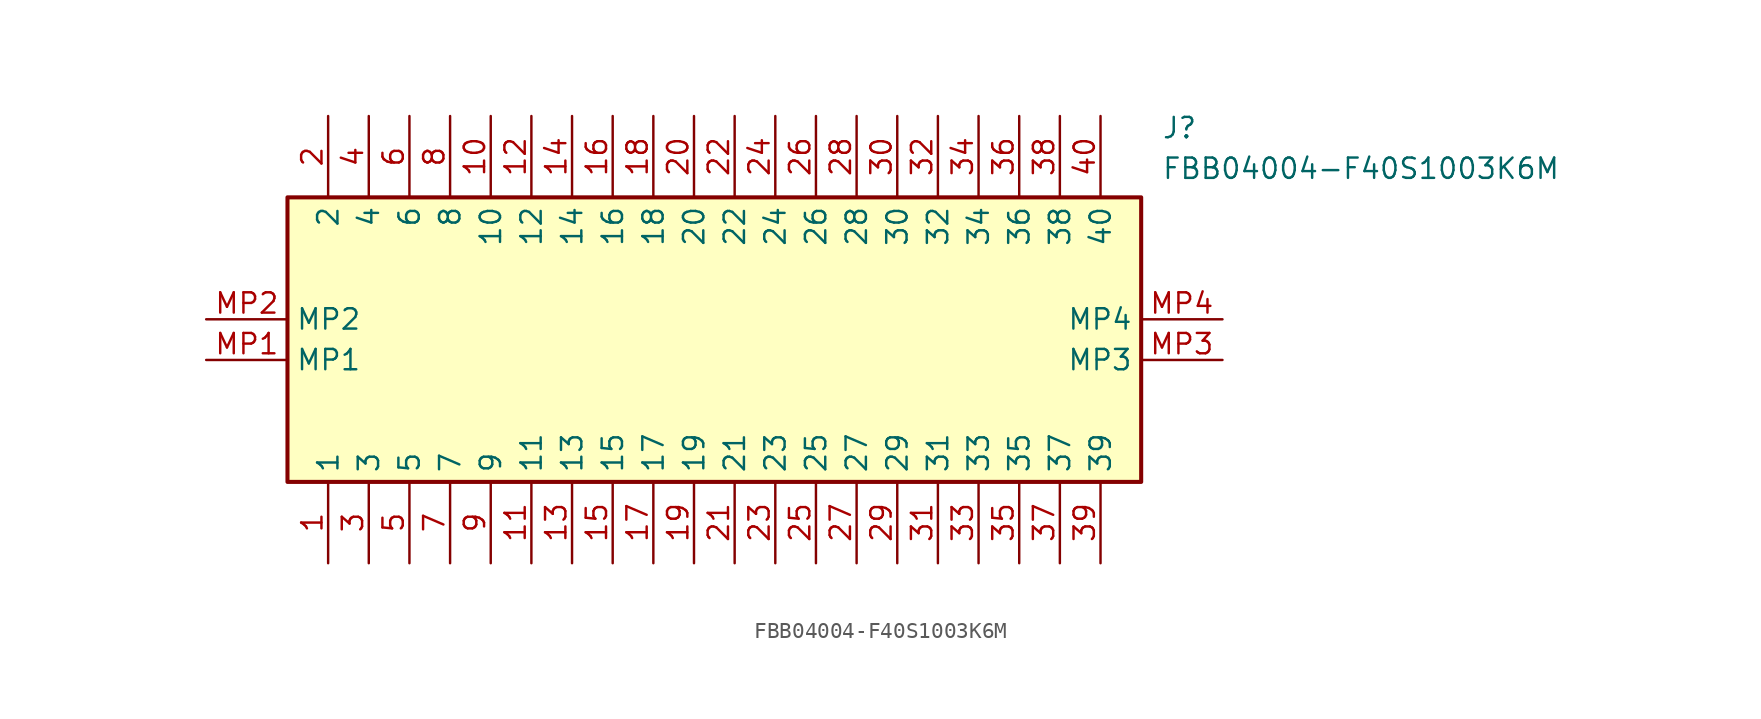
<source format=kicad_sym>
(kicad_symbol_lib
  (version 20211014)
  (generator SamacSys_ECAD_Model)
  (symbol "FBB04004-F40S1003K6M"
    (property "Reference" "J"
      (at 59.69 12.7 0)
      (effects (font (size 1.27 1.27)) (justify left top)))
    (property "Value" "FBB04004-F40S1003K6M"
      (at 59.69 10.16 0)
      (effects (font (size 1.27 1.27)) (justify left top)))
    (rectangle
      (start 5.08 7.62)
      (end 58.42 -10.16)
      (stroke (width 0.254) (type default))
      (fill (type background)))
    (pin passive line
      (at 7.62 -15.24 90)
      (length 5.08)
      (name "1" (effects (font (size 1.27 1.27))))
      (number "1" (effects (font (size 1.27 1.27)))))
    (pin passive line
      (at 7.62 12.7 270)
      (length 5.08)
      (name "2" (effects (font (size 1.27 1.27))))
      (number "2" (effects (font (size 1.27 1.27)))))
    (pin passive line
      (at 10.16 -15.24 90)
      (length 5.08)
      (name "3" (effects (font (size 1.27 1.27))))
      (number "3" (effects (font (size 1.27 1.27)))))
    (pin passive line
      (at 10.16 12.7 270)
      (length 5.08)
      (name "4" (effects (font (size 1.27 1.27))))
      (number "4" (effects (font (size 1.27 1.27)))))
    (pin passive line
      (at 12.7 -15.24 90)
      (length 5.08)
      (name "5" (effects (font (size 1.27 1.27))))
      (number "5" (effects (font (size 1.27 1.27)))))
    (pin passive line
      (at 12.7 12.7 270)
      (length 5.08)
      (name "6" (effects (font (size 1.27 1.27))))
      (number "6" (effects (font (size 1.27 1.27)))))
    (pin passive line
      (at 15.24 -15.24 90)
      (length 5.08)
      (name "7" (effects (font (size 1.27 1.27))))
      (number "7" (effects (font (size 1.27 1.27)))))
    (pin passive line
      (at 15.24 12.7 270)
      (length 5.08)
      (name "8" (effects (font (size 1.27 1.27))))
      (number "8" (effects (font (size 1.27 1.27)))))
    (pin passive line
      (at 17.78 -15.24 90)
      (length 5.08)
      (name "9" (effects (font (size 1.27 1.27))))
      (number "9" (effects (font (size 1.27 1.27)))))
    (pin passive line
      (at 17.78 12.7 270)
      (length 5.08)
      (name "10" (effects (font (size 1.27 1.27))))
      (number "10" (effects (font (size 1.27 1.27)))))
    (pin passive line
      (at 20.32 -15.24 90)
      (length 5.08)
      (name "11" (effects (font (size 1.27 1.27))))
      (number "11" (effects (font (size 1.27 1.27)))))
    (pin passive line
      (at 20.32 12.7 270)
      (length 5.08)
      (name "12" (effects (font (size 1.27 1.27))))
      (number "12" (effects (font (size 1.27 1.27)))))
    (pin passive line
      (at 22.86 -15.24 90)
      (length 5.08)
      (name "13" (effects (font (size 1.27 1.27))))
      (number "13" (effects (font (size 1.27 1.27)))))
    (pin passive line
      (at 22.86 12.7 270)
      (length 5.08)
      (name "14" (effects (font (size 1.27 1.27))))
      (number "14" (effects (font (size 1.27 1.27)))))
    (pin passive line
      (at 25.4 -15.24 90)
      (length 5.08)
      (name "15" (effects (font (size 1.27 1.27))))
      (number "15" (effects (font (size 1.27 1.27)))))
    (pin passive line
      (at 25.4 12.7 270)
      (length 5.08)
      (name "16" (effects (font (size 1.27 1.27))))
      (number "16" (effects (font (size 1.27 1.27)))))
    (pin passive line
      (at 27.94 -15.24 90)
      (length 5.08)
      (name "17" (effects (font (size 1.27 1.27))))
      (number "17" (effects (font (size 1.27 1.27)))))
    (pin passive line
      (at 27.94 12.7 270)
      (length 5.08)
      (name "18" (effects (font (size 1.27 1.27))))
      (number "18" (effects (font (size 1.27 1.27)))))
    (pin passive line
      (at 30.48 -15.24 90)
      (length 5.08)
      (name "19" (effects (font (size 1.27 1.27))))
      (number "19" (effects (font (size 1.27 1.27)))))
    (pin passive line
      (at 30.48 12.7 270)
      (length 5.08)
      (name "20" (effects (font (size 1.27 1.27))))
      (number "20" (effects (font (size 1.27 1.27)))))
    (pin passive line
      (at 33.02 -15.24 90)
      (length 5.08)
      (name "21" (effects (font (size 1.27 1.27))))
      (number "21" (effects (font (size 1.27 1.27)))))
    (pin passive line
      (at 33.02 12.7 270)
      (length 5.08)
      (name "22" (effects (font (size 1.27 1.27))))
      (number "22" (effects (font (size 1.27 1.27)))))
    (pin passive line
      (at 35.56 -15.24 90)
      (length 5.08)
      (name "23" (effects (font (size 1.27 1.27))))
      (number "23" (effects (font (size 1.27 1.27)))))
    (pin passive line
      (at 35.56 12.7 270)
      (length 5.08)
      (name "24" (effects (font (size 1.27 1.27))))
      (number "24" (effects (font (size 1.27 1.27)))))
    (pin passive line
      (at 38.1 -15.24 90)
      (length 5.08)
      (name "25" (effects (font (size 1.27 1.27))))
      (number "25" (effects (font (size 1.27 1.27)))))
    (pin passive line
      (at 38.1 12.7 270)
      (length 5.08)
      (name "26" (effects (font (size 1.27 1.27))))
      (number "26" (effects (font (size 1.27 1.27)))))
    (pin passive line
      (at 40.64 -15.24 90)
      (length 5.08)
      (name "27" (effects (font (size 1.27 1.27))))
      (number "27" (effects (font (size 1.27 1.27)))))
    (pin passive line
      (at 40.64 12.7 270)
      (length 5.08)
      (name "28" (effects (font (size 1.27 1.27))))
      (number "28" (effects (font (size 1.27 1.27)))))
    (pin passive line
      (at 43.18 -15.24 90)
      (length 5.08)
      (name "29" (effects (font (size 1.27 1.27))))
      (number "29" (effects (font (size 1.27 1.27)))))
    (pin passive line
      (at 43.18 12.7 270)
      (length 5.08)
      (name "30" (effects (font (size 1.27 1.27))))
      (number "30" (effects (font (size 1.27 1.27)))))
    (pin passive line
      (at 45.72 -15.24 90)
      (length 5.08)
      (name "31" (effects (font (size 1.27 1.27))))
      (number "31" (effects (font (size 1.27 1.27)))))
    (pin passive line
      (at 45.72 12.7 270)
      (length 5.08)
      (name "32" (effects (font (size 1.27 1.27))))
      (number "32" (effects (font (size 1.27 1.27)))))
    (pin passive line
      (at 48.26 -15.24 90)
      (length 5.08)
      (name "33" (effects (font (size 1.27 1.27))))
      (number "33" (effects (font (size 1.27 1.27)))))
    (pin passive line
      (at 48.26 12.7 270)
      (length 5.08)
      (name "34" (effects (font (size 1.27 1.27))))
      (number "34" (effects (font (size 1.27 1.27)))))
    (pin passive line
      (at 50.8 -15.24 90)
      (length 5.08)
      (name "35" (effects (font (size 1.27 1.27))))
      (number "35" (effects (font (size 1.27 1.27)))))
    (pin passive line
      (at 50.8 12.7 270)
      (length 5.08)
      (name "36" (effects (font (size 1.27 1.27))))
      (number "36" (effects (font (size 1.27 1.27)))))
    (pin passive line
      (at 53.34 -15.24 90)
      (length 5.08)
      (name "37" (effects (font (size 1.27 1.27))))
      (number "37" (effects (font (size 1.27 1.27)))))
    (pin passive line
      (at 53.34 12.7 270)
      (length 5.08)
      (name "38" (effects (font (size 1.27 1.27))))
      (number "38" (effects (font (size 1.27 1.27)))))
    (pin passive line
      (at 55.88 -15.24 90)
      (length 5.08)
      (name "39" (effects (font (size 1.27 1.27))))
      (number "39" (effects (font (size 1.27 1.27)))))
    (pin passive line
      (at 55.88 12.7 270)
      (length 5.08)
      (name "40" (effects (font (size 1.27 1.27))))
      (number "40" (effects (font (size 1.27 1.27)))))
    (pin passive line
      (at 0 -2.54 0)
      (length 5.08)
      (name "MP1" (effects (font (size 1.27 1.27))))
      (number "MP1" (effects (font (size 1.27 1.27)))))
    (pin passive line
      (at 0 0 0)
      (length 5.08)
      (name "MP2" (effects (font (size 1.27 1.27))))
      (number "MP2" (effects (font (size 1.27 1.27)))))
    (pin passive line
      (at 63.5 -2.54 180)
      (length 5.08)
      (name "MP3" (effects (font (size 1.27 1.27))))
      (number "MP3" (effects (font (size 1.27 1.27)))))
    (pin passive line
      (at 63.5 0 180)
      (length 5.08)
      (name "MP4" (effects (font (size 1.27 1.27))))
      (number "MP4" (effects (font (size 1.27 1.27)))))))
</source>
